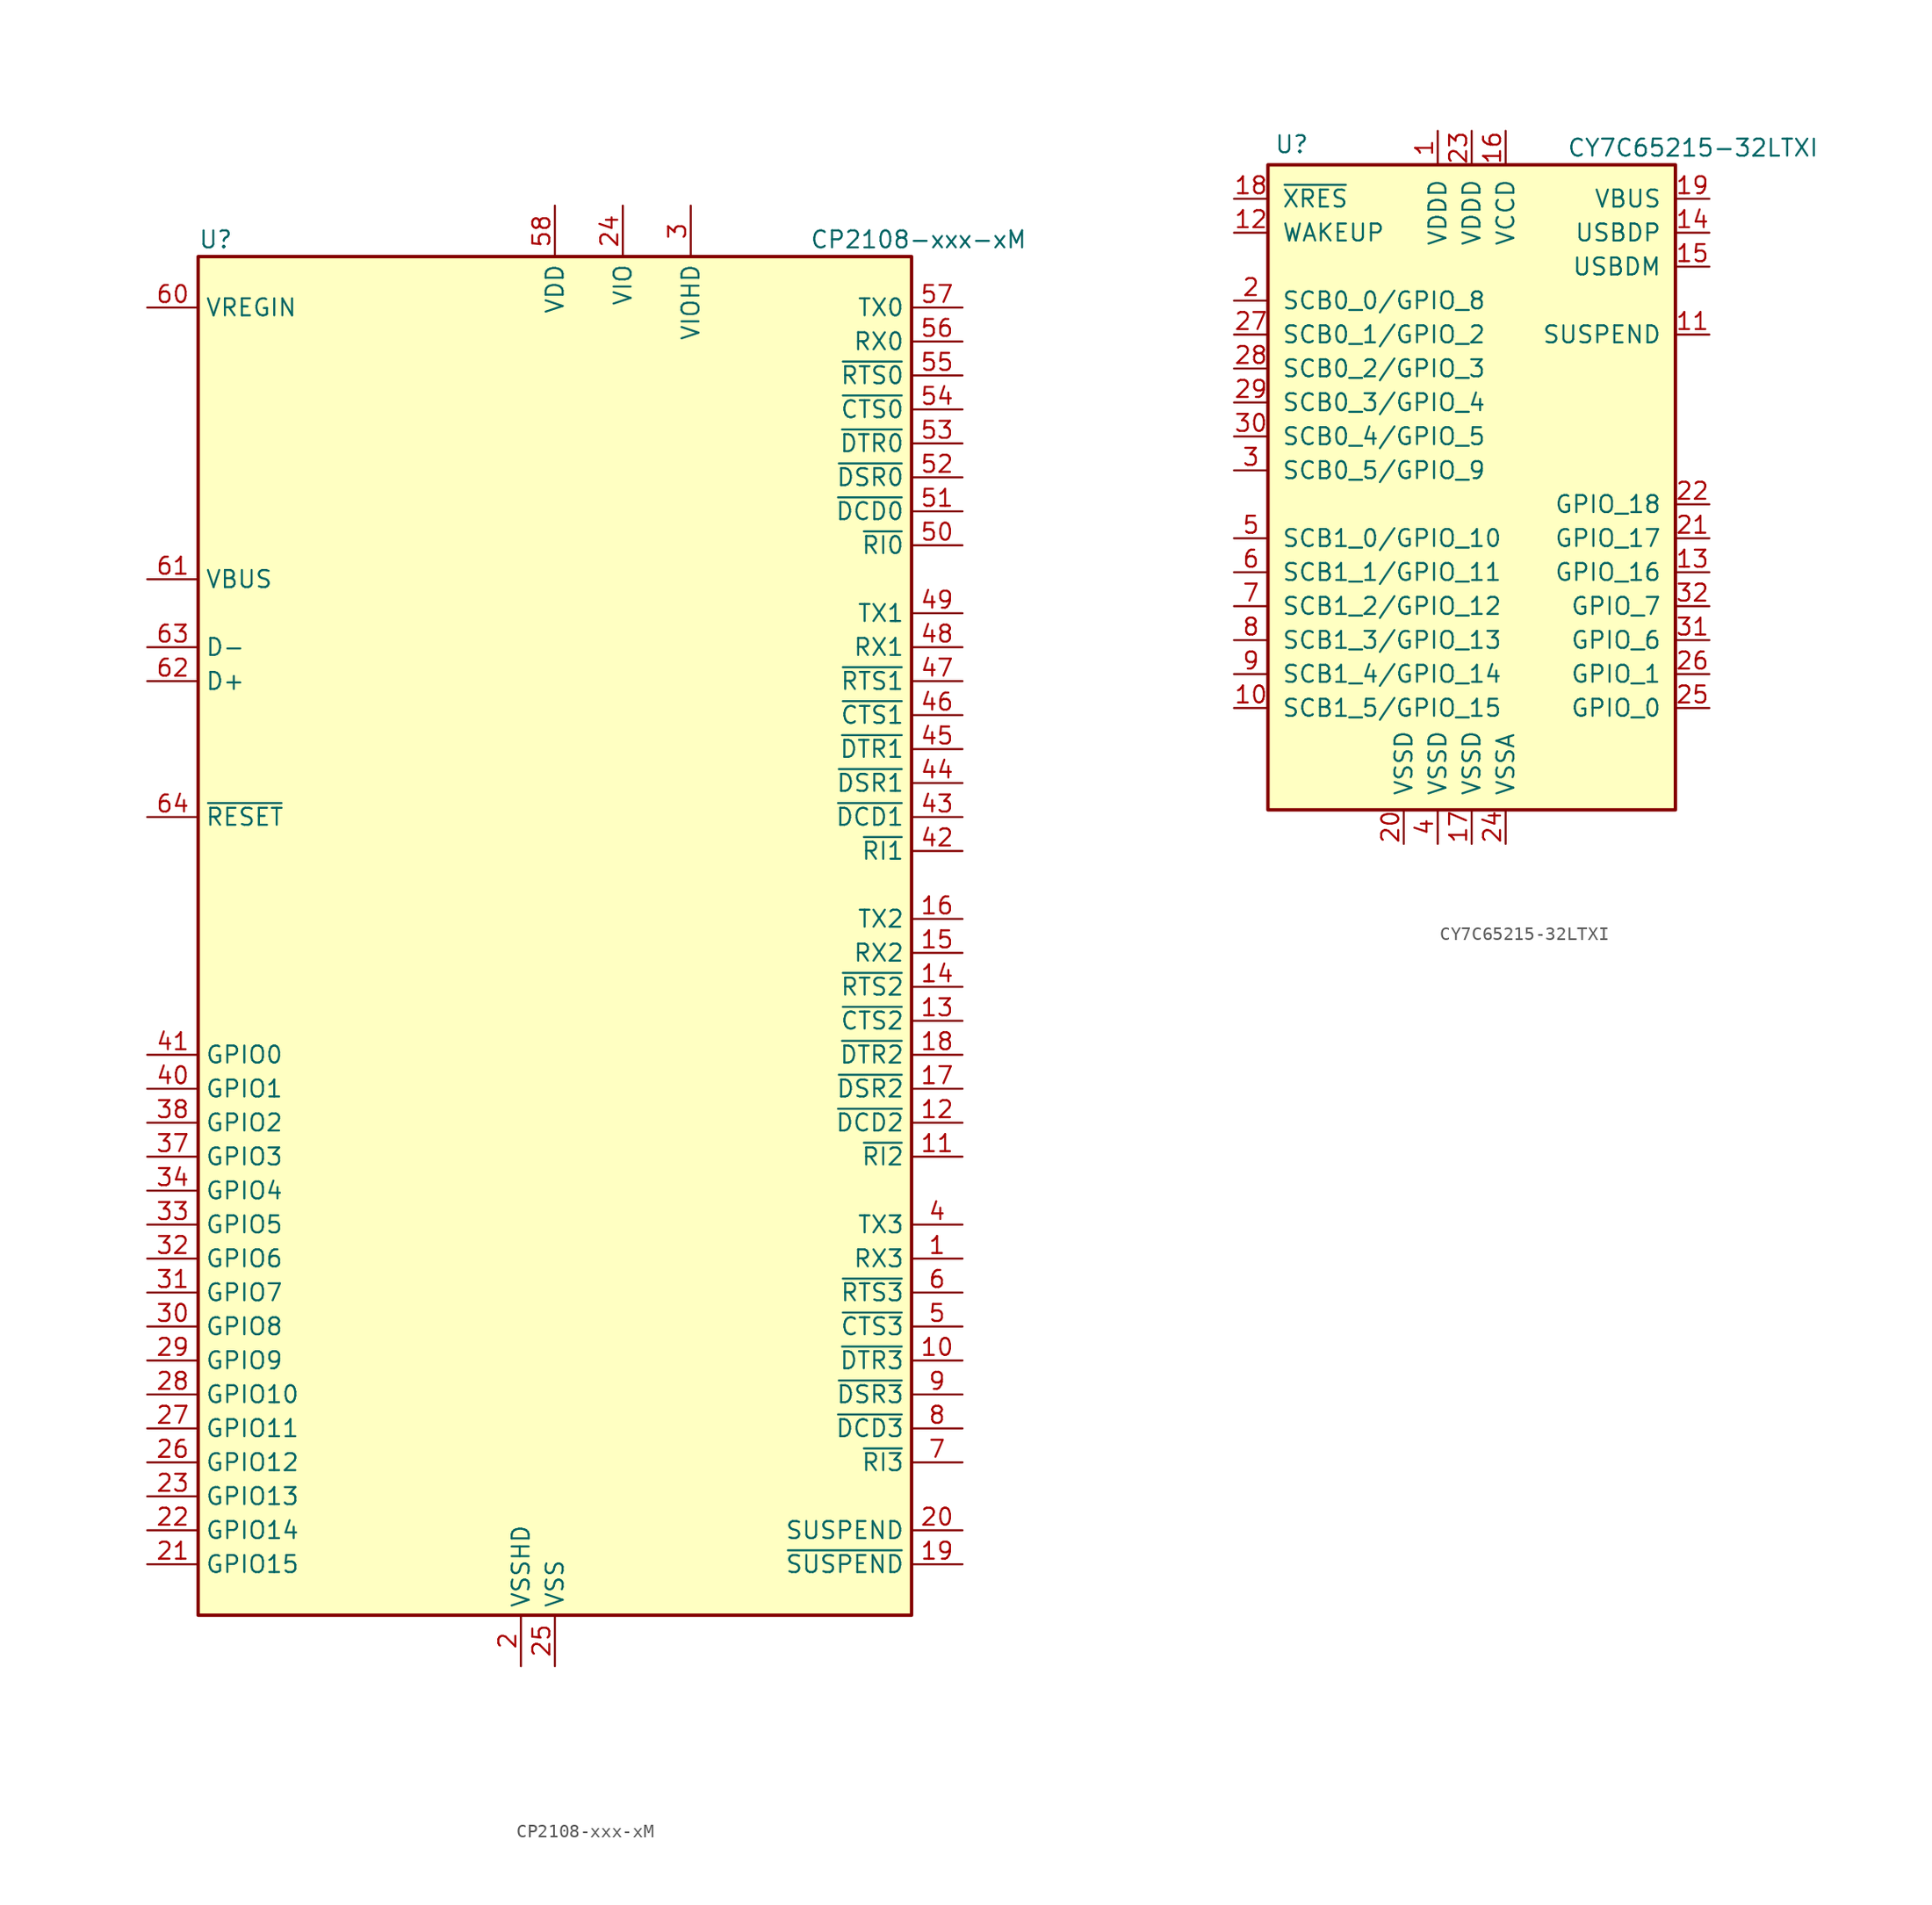
<source format=kicad_sym>
(kicad_symbol_lib
  (version 20241209)
  (generator "kicad_symbol_editor")
  (generator_version "9.0")
  (symbol "CP2108-xxx-xM"
    (property "Reference" "U"
      (at -26.67 53.34 0)
      (effects (font (size 1.27 1.27)) (justify left)))
    (property "Value" "CP2108-xxx-xM"
      (at 19.05 53.34 0)
      (effects (font (size 1.27 1.27)) (justify left)))
    (symbol "CP2108-xxx-xM_0_1"
      (rectangle (start -26.67 -49.53) (end 26.67 52.07) (stroke (width 0.254) (type default)) (fill (type background))))
    (symbol "CP2108-xxx-xM_1_1"
      (pin power_in line (at -30.48 48.26 0) (length 3.81) (name "VREGIN" (effects (font (size 1.27 1.27)))) (number "60" (effects (font (size 1.27 1.27)))))
      (pin input line (at -30.48 27.94 0) (length 3.81) (name "VBUS" (effects (font (size 1.27 1.27)))) (number "61" (effects (font (size 1.27 1.27)))))
      (pin bidirectional line (at -30.48 22.86 0) (length 3.81) (name "D-" (effects (font (size 1.27 1.27)))) (number "63" (effects (font (size 1.27 1.27)))))
      (pin bidirectional line (at -30.48 20.32 0) (length 3.81) (name "D+" (effects (font (size 1.27 1.27)))) (number "62" (effects (font (size 1.27 1.27)))))
      (pin input line (at -30.48 10.16 0) (length 3.81) (name "~{RESET}" (effects (font (size 1.27 1.27)))) (number "64" (effects (font (size 1.27 1.27)))))
      (pin bidirectional line (at -30.48 -7.62 0) (length 3.81) (name "GPIO0" (effects (font (size 1.27 1.27)))) (number "41" (effects (font (size 1.27 1.27)))) (alternate "UART0_TX_TOGGLE" output line))
      (pin bidirectional line (at -30.48 -10.16 0) (length 3.81) (name "GPIO1" (effects (font (size 1.27 1.27)))) (number "40" (effects (font (size 1.27 1.27)))) (alternate "UART0_RX_TOGGLE" output line))
      (pin bidirectional line (at -30.48 -12.7 0) (length 3.81) (name "GPIO2" (effects (font (size 1.27 1.27)))) (number "38" (effects (font (size 1.27 1.27)))) (alternate "UART0_RS485" output line))
      (pin bidirectional line (at -30.48 -15.24 0) (length 3.81) (name "GPIO3" (effects (font (size 1.27 1.27)))) (number "37" (effects (font (size 1.27 1.27)))) (alternate "CLK0" output line))
      (pin bidirectional line (at -30.48 -17.78 0) (length 3.81) (name "GPIO4" (effects (font (size 1.27 1.27)))) (number "34" (effects (font (size 1.27 1.27)))) (alternate "UART1_TX_TOGGLE" output line))
      (pin bidirectional line (at -30.48 -20.32 0) (length 3.81) (name "GPIO5" (effects (font (size 1.27 1.27)))) (number "33" (effects (font (size 1.27 1.27)))) (alternate "UART1_RX_TOGGLE" output line))
      (pin bidirectional line (at -30.48 -22.86 0) (length 3.81) (name "GPIO6" (effects (font (size 1.27 1.27)))) (number "32" (effects (font (size 1.27 1.27)))) (alternate "UART1_RS485" output line))
      (pin bidirectional line (at -30.48 -25.4 0) (length 3.81) (name "GPIO7" (effects (font (size 1.27 1.27)))) (number "31" (effects (font (size 1.27 1.27)))) (alternate "CLK1" output line))
      (pin bidirectional line (at -30.48 -27.94 0) (length 3.81) (name "GPIO8" (effects (font (size 1.27 1.27)))) (number "30" (effects (font (size 1.27 1.27)))) (alternate "UART2_TX_TOGGLE" output line))
      (pin bidirectional line (at -30.48 -30.48 0) (length 3.81) (name "GPIO9" (effects (font (size 1.27 1.27)))) (number "29" (effects (font (size 1.27 1.27)))) (alternate "UART2_RX_TOGGLE" output line))
      (pin bidirectional line (at -30.48 -33.02 0) (length 3.81) (name "GPIO10" (effects (font (size 1.27 1.27)))) (number "28" (effects (font (size 1.27 1.27)))) (alternate "UART2_RS485" output line))
      (pin bidirectional line (at -30.48 -35.56 0) (length 3.81) (name "GPIO11" (effects (font (size 1.27 1.27)))) (number "27" (effects (font (size 1.27 1.27)))) (alternate "CLK2" output line))
      (pin bidirectional line (at -30.48 -38.1 0) (length 3.81) (name "GPIO12" (effects (font (size 1.27 1.27)))) (number "26" (effects (font (size 1.27 1.27)))) (alternate "UART3_TX_TOGGLE" output line))
      (pin bidirectional line (at -30.48 -40.64 0) (length 3.81) (name "GPIO13" (effects (font (size 1.27 1.27)))) (number "23" (effects (font (size 1.27 1.27)))) (alternate "UART2_RX_TOGGLE" output line))
      (pin bidirectional line (at -30.48 -43.18 0) (length 3.81) (name "GPIO14" (effects (font (size 1.27 1.27)))) (number "22" (effects (font (size 1.27 1.27)))) (alternate "UART2_RS485" output line))
      (pin bidirectional line (at -30.48 -45.72 0) (length 3.81) (name "GPIO15" (effects (font (size 1.27 1.27)))) (number "21" (effects (font (size 1.27 1.27)))) (alternate "CLK3" output line))
      (pin no_connect line (at -26.67 43.18 0) (length 3.81) (hide yes) (name "NC" (effects (font (size 1.27 1.27)))) (number "35" (effects (font (size 1.27 1.27)))))
      (pin no_connect line (at -26.67 40.64 0) (length 3.81) (hide yes) (name "NC" (effects (font (size 1.27 1.27)))) (number "36" (effects (font (size 1.27 1.27)))))
      (pin power_in line (at -2.54 -53.34 90) (length 3.81) (name "VSSHD" (effects (font (size 1.27 1.27)))) (number "2" (effects (font (size 1.27 1.27)))))
      (pin power_in line (at 0 55.88 270) (length 3.81) (name "VDD" (effects (font (size 1.27 1.27)))) (number "58" (effects (font (size 1.27 1.27)))))
      (pin power_in line (at 0 -53.34 90) (length 3.81) (name "VSS" (effects (font (size 1.27 1.27)))) (number "25" (effects (font (size 1.27 1.27)))))
      (pin passive line (at 0 -53.34 90) (length 3.81) (hide yes) (name "VSS" (effects (font (size 1.27 1.27)))) (number "59" (effects (font (size 1.27 1.27)))))
      (pin passive line (at 0 -53.34 90) (length 3.81) (hide yes) (name "VSS" (effects (font (size 1.27 1.27)))) (number "65" (effects (font (size 1.27 1.27)))))
      (pin power_in line (at 5.08 55.88 270) (length 3.81) (name "VIO" (effects (font (size 1.27 1.27)))) (number "24" (effects (font (size 1.27 1.27)))))
      (pin passive line (at 5.08 55.88 270) (length 3.81) (hide yes) (name "VIO" (effects (font (size 1.27 1.27)))) (number "39" (effects (font (size 1.27 1.27)))))
      (pin power_in line (at 10.16 55.88 270) (length 3.81) (name "VIOHD" (effects (font (size 1.27 1.27)))) (number "3" (effects (font (size 1.27 1.27)))))
      (pin output line (at 30.48 48.26 180) (length 3.81) (name "TX0" (effects (font (size 1.27 1.27)))) (number "57" (effects (font (size 1.27 1.27)))))
      (pin input line (at 30.48 45.72 180) (length 3.81) (name "RX0" (effects (font (size 1.27 1.27)))) (number "56" (effects (font (size 1.27 1.27)))))
      (pin output line (at 30.48 43.18 180) (length 3.81) (name "~{RTS0}" (effects (font (size 1.27 1.27)))) (number "55" (effects (font (size 1.27 1.27)))))
      (pin input line (at 30.48 40.64 180) (length 3.81) (name "~{CTS0}" (effects (font (size 1.27 1.27)))) (number "54" (effects (font (size 1.27 1.27)))))
      (pin output line (at 30.48 38.1 180) (length 3.81) (name "~{DTR0}" (effects (font (size 1.27 1.27)))) (number "53" (effects (font (size 1.27 1.27)))))
      (pin input line (at 30.48 35.56 180) (length 3.81) (name "~{DSR0}" (effects (font (size 1.27 1.27)))) (number "52" (effects (font (size 1.27 1.27)))))
      (pin input line (at 30.48 33.02 180) (length 3.81) (name "~{DCD0}" (effects (font (size 1.27 1.27)))) (number "51" (effects (font (size 1.27 1.27)))))
      (pin input line (at 30.48 30.48 180) (length 3.81) (name "~{RI0}" (effects (font (size 1.27 1.27)))) (number "50" (effects (font (size 1.27 1.27)))))
      (pin output line (at 30.48 25.4 180) (length 3.81) (name "TX1" (effects (font (size 1.27 1.27)))) (number "49" (effects (font (size 1.27 1.27)))))
      (pin input line (at 30.48 22.86 180) (length 3.81) (name "RX1" (effects (font (size 1.27 1.27)))) (number "48" (effects (font (size 1.27 1.27)))))
      (pin output line (at 30.48 20.32 180) (length 3.81) (name "~{RTS1}" (effects (font (size 1.27 1.27)))) (number "47" (effects (font (size 1.27 1.27)))))
      (pin input line (at 30.48 17.78 180) (length 3.81) (name "~{CTS1}" (effects (font (size 1.27 1.27)))) (number "46" (effects (font (size 1.27 1.27)))))
      (pin output line (at 30.48 15.24 180) (length 3.81) (name "~{DTR1}" (effects (font (size 1.27 1.27)))) (number "45" (effects (font (size 1.27 1.27)))))
      (pin input line (at 30.48 12.7 180) (length 3.81) (name "~{DSR1}" (effects (font (size 1.27 1.27)))) (number "44" (effects (font (size 1.27 1.27)))))
      (pin input line (at 30.48 10.16 180) (length 3.81) (name "~{DCD1}" (effects (font (size 1.27 1.27)))) (number "43" (effects (font (size 1.27 1.27)))))
      (pin input line (at 30.48 7.62 180) (length 3.81) (name "~{RI1}" (effects (font (size 1.27 1.27)))) (number "42" (effects (font (size 1.27 1.27)))))
      (pin output line (at 30.48 2.54 180) (length 3.81) (name "TX2" (effects (font (size 1.27 1.27)))) (number "16" (effects (font (size 1.27 1.27)))))
      (pin input line (at 30.48 0 180) (length 3.81) (name "RX2" (effects (font (size 1.27 1.27)))) (number "15" (effects (font (size 1.27 1.27)))))
      (pin output line (at 30.48 -2.54 180) (length 3.81) (name "~{RTS2}" (effects (font (size 1.27 1.27)))) (number "14" (effects (font (size 1.27 1.27)))))
      (pin input line (at 30.48 -5.08 180) (length 3.81) (name "~{CTS2}" (effects (font (size 1.27 1.27)))) (number "13" (effects (font (size 1.27 1.27)))))
      (pin output line (at 30.48 -7.62 180) (length 3.81) (name "~{DTR2}" (effects (font (size 1.27 1.27)))) (number "18" (effects (font (size 1.27 1.27)))))
      (pin input line (at 30.48 -10.16 180) (length 3.81) (name "~{DSR2}" (effects (font (size 1.27 1.27)))) (number "17" (effects (font (size 1.27 1.27)))))
      (pin input line (at 30.48 -12.7 180) (length 3.81) (name "~{DCD2}" (effects (font (size 1.27 1.27)))) (number "12" (effects (font (size 1.27 1.27)))))
      (pin input line (at 30.48 -15.24 180) (length 3.81) (name "~{RI2}" (effects (font (size 1.27 1.27)))) (number "11" (effects (font (size 1.27 1.27)))))
      (pin output line (at 30.48 -20.32 180) (length 3.81) (name "TX3" (effects (font (size 1.27 1.27)))) (number "4" (effects (font (size 1.27 1.27)))))
      (pin input line (at 30.48 -22.86 180) (length 3.81) (name "RX3" (effects (font (size 1.27 1.27)))) (number "1" (effects (font (size 1.27 1.27)))))
      (pin output line (at 30.48 -25.4 180) (length 3.81) (name "~{RTS3}" (effects (font (size 1.27 1.27)))) (number "6" (effects (font (size 1.27 1.27)))))
      (pin input line (at 30.48 -27.94 180) (length 3.81) (name "~{CTS3}" (effects (font (size 1.27 1.27)))) (number "5" (effects (font (size 1.27 1.27)))))
      (pin output line (at 30.48 -30.48 180) (length 3.81) (name "~{DTR3}" (effects (font (size 1.27 1.27)))) (number "10" (effects (font (size 1.27 1.27)))))
      (pin input line (at 30.48 -33.02 180) (length 3.81) (name "~{DSR3}" (effects (font (size 1.27 1.27)))) (number "9" (effects (font (size 1.27 1.27)))))
      (pin input line (at 30.48 -35.56 180) (length 3.81) (name "~{DCD3}" (effects (font (size 1.27 1.27)))) (number "8" (effects (font (size 1.27 1.27)))))
      (pin input line (at 30.48 -38.1 180) (length 3.81) (name "~{RI3}" (effects (font (size 1.27 1.27)))) (number "7" (effects (font (size 1.27 1.27)))))
      (pin output line (at 30.48 -43.18 180) (length 3.81) (name "SUSPEND" (effects (font (size 1.27 1.27)))) (number "20" (effects (font (size 1.27 1.27)))))
      (pin output line (at 30.48 -45.72 180) (length 3.81) (name "~{SUSPEND}" (effects (font (size 1.27 1.27)))) (number "19" (effects (font (size 1.27 1.27)))))))
  (symbol "CY7C65215-32LTXI"
    (pin_names
      (offset 1.016))
    (property "Reference" "U"
      (at -13.462 21.844 0)
      (effects (font (size 1.27 1.27))))
    (property "Value" "CY7C65215-32LTXI"
      (at 7.112 21.59 0)
      (effects (font (size 1.27 1.27)) (justify left)))
    (symbol "CY7C65215-32LTXI_0_1"
      (rectangle (start -15.24 20.32) (end 15.24 -27.94) (stroke (width 0.254) (type default)) (fill (type background))))
    (symbol "CY7C65215-32LTXI_1_1"
      (pin input line (at -17.78 17.78 0) (length 2.54) (name "~{XRES}" (effects (font (size 1.27 1.27)))) (number "18" (effects (font (size 1.27 1.27)))))
      (pin input line (at -17.78 15.24 0) (length 2.54) (name "WAKEUP" (effects (font (size 1.27 1.27)))) (number "12" (effects (font (size 1.27 1.27)))))
      (pin bidirectional line (at -17.78 10.16 0) (length 2.54) (name "SCB0_0/GPIO_8" (effects (font (size 1.27 1.27)))) (number "2" (effects (font (size 1.27 1.27)))))
      (pin bidirectional line (at -17.78 7.62 0) (length 2.54) (name "SCB0_1/GPIO_2" (effects (font (size 1.27 1.27)))) (number "27" (effects (font (size 1.27 1.27)))))
      (pin bidirectional line (at -17.78 5.08 0) (length 2.54) (name "SCB0_2/GPIO_3" (effects (font (size 1.27 1.27)))) (number "28" (effects (font (size 1.27 1.27)))))
      (pin bidirectional line (at -17.78 2.54 0) (length 2.54) (name "SCB0_3/GPIO_4" (effects (font (size 1.27 1.27)))) (number "29" (effects (font (size 1.27 1.27)))))
      (pin bidirectional line (at -17.78 0 0) (length 2.54) (name "SCB0_4/GPIO_5" (effects (font (size 1.27 1.27)))) (number "30" (effects (font (size 1.27 1.27)))))
      (pin bidirectional line (at -17.78 -2.54 0) (length 2.54) (name "SCB0_5/GPIO_9" (effects (font (size 1.27 1.27)))) (number "3" (effects (font (size 1.27 1.27)))))
      (pin bidirectional line (at -17.78 -7.62 0) (length 2.54) (name "SCB1_0/GPIO_10" (effects (font (size 1.27 1.27)))) (number "5" (effects (font (size 1.27 1.27)))))
      (pin bidirectional line (at -17.78 -10.16 0) (length 2.54) (name "SCB1_1/GPIO_11" (effects (font (size 1.27 1.27)))) (number "6" (effects (font (size 1.27 1.27)))))
      (pin bidirectional line (at -17.78 -12.7 0) (length 2.54) (name "SCB1_2/GPIO_12" (effects (font (size 1.27 1.27)))) (number "7" (effects (font (size 1.27 1.27)))))
      (pin bidirectional line (at -17.78 -15.24 0) (length 2.54) (name "SCB1_3/GPIO_13" (effects (font (size 1.27 1.27)))) (number "8" (effects (font (size 1.27 1.27)))))
      (pin bidirectional line (at -17.78 -17.78 0) (length 2.54) (name "SCB1_4/GPIO_14" (effects (font (size 1.27 1.27)))) (number "9" (effects (font (size 1.27 1.27)))))
      (pin bidirectional line (at -17.78 -20.32 0) (length 2.54) (name "SCB1_5/GPIO_15" (effects (font (size 1.27 1.27)))) (number "10" (effects (font (size 1.27 1.27)))))
      (pin no_connect line (at -15.24 -25.4 0) (length 2.54) (hide yes) (name "1EP" (effects (font (size 1.27 1.27)))) (number "33" (effects (font (size 1.27 1.27)))))
      (pin power_in line (at -5.08 -30.48 90) (length 2.54) (name "VSSD" (effects (font (size 1.27 1.27)))) (number "20" (effects (font (size 1.27 1.27)))))
      (pin power_in line (at -2.54 22.86 270) (length 2.54) (name "VDDD" (effects (font (size 1.27 1.27)))) (number "1" (effects (font (size 1.27 1.27)))))
      (pin power_in line (at -2.54 -30.48 90) (length 2.54) (name "VSSD" (effects (font (size 1.27 1.27)))) (number "4" (effects (font (size 1.27 1.27)))))
      (pin power_in line (at 0 22.86 270) (length 2.54) (name "VDDD" (effects (font (size 1.27 1.27)))) (number "23" (effects (font (size 1.27 1.27)))))
      (pin power_in line (at 0 -30.48 90) (length 2.54) (name "VSSD" (effects (font (size 1.27 1.27)))) (number "17" (effects (font (size 1.27 1.27)))))
      (pin power_in line (at 2.54 22.86 270) (length 2.54) (name "VCCD" (effects (font (size 1.27 1.27)))) (number "16" (effects (font (size 1.27 1.27)))))
      (pin power_in line (at 2.54 -30.48 90) (length 2.54) (name "VSSA" (effects (font (size 1.27 1.27)))) (number "24" (effects (font (size 1.27 1.27)))))
      (pin power_out line (at 17.78 17.78 180) (length 2.54) (name "VBUS" (effects (font (size 1.27 1.27)))) (number "19" (effects (font (size 1.27 1.27)))))
      (pin bidirectional line (at 17.78 15.24 180) (length 2.54) (name "USBDP" (effects (font (size 1.27 1.27)))) (number "14" (effects (font (size 1.27 1.27)))))
      (pin bidirectional line (at 17.78 12.7 180) (length 2.54) (name "USBDM" (effects (font (size 1.27 1.27)))) (number "15" (effects (font (size 1.27 1.27)))))
      (pin output line (at 17.78 7.62 180) (length 2.54) (name "SUSPEND" (effects (font (size 1.27 1.27)))) (number "11" (effects (font (size 1.27 1.27)))))
      (pin tri_state line (at 17.78 -5.08 180) (length 2.54) (name "GPIO_18" (effects (font (size 1.27 1.27)))) (number "22" (effects (font (size 1.27 1.27)))))
      (pin tri_state line (at 17.78 -7.62 180) (length 2.54) (name "GPIO_17" (effects (font (size 1.27 1.27)))) (number "21" (effects (font (size 1.27 1.27)))))
      (pin tri_state line (at 17.78 -10.16 180) (length 2.54) (name "GPIO_16" (effects (font (size 1.27 1.27)))) (number "13" (effects (font (size 1.27 1.27)))))
      (pin bidirectional line (at 17.78 -12.7 180) (length 2.54) (name "GPIO_7" (effects (font (size 1.27 1.27)))) (number "32" (effects (font (size 1.27 1.27)))))
      (pin bidirectional line (at 17.78 -15.24 180) (length 2.54) (name "GPIO_6" (effects (font (size 1.27 1.27)))) (number "31" (effects (font (size 1.27 1.27)))))
      (pin bidirectional line (at 17.78 -17.78 180) (length 2.54) (name "GPIO_1" (effects (font (size 1.27 1.27)))) (number "26" (effects (font (size 1.27 1.27)))))
      (pin bidirectional line (at 17.78 -20.32 180) (length 2.54) (name "GPIO_0" (effects (font (size 1.27 1.27)))) (number "25" (effects (font (size 1.27 1.27))))))))
</source>
